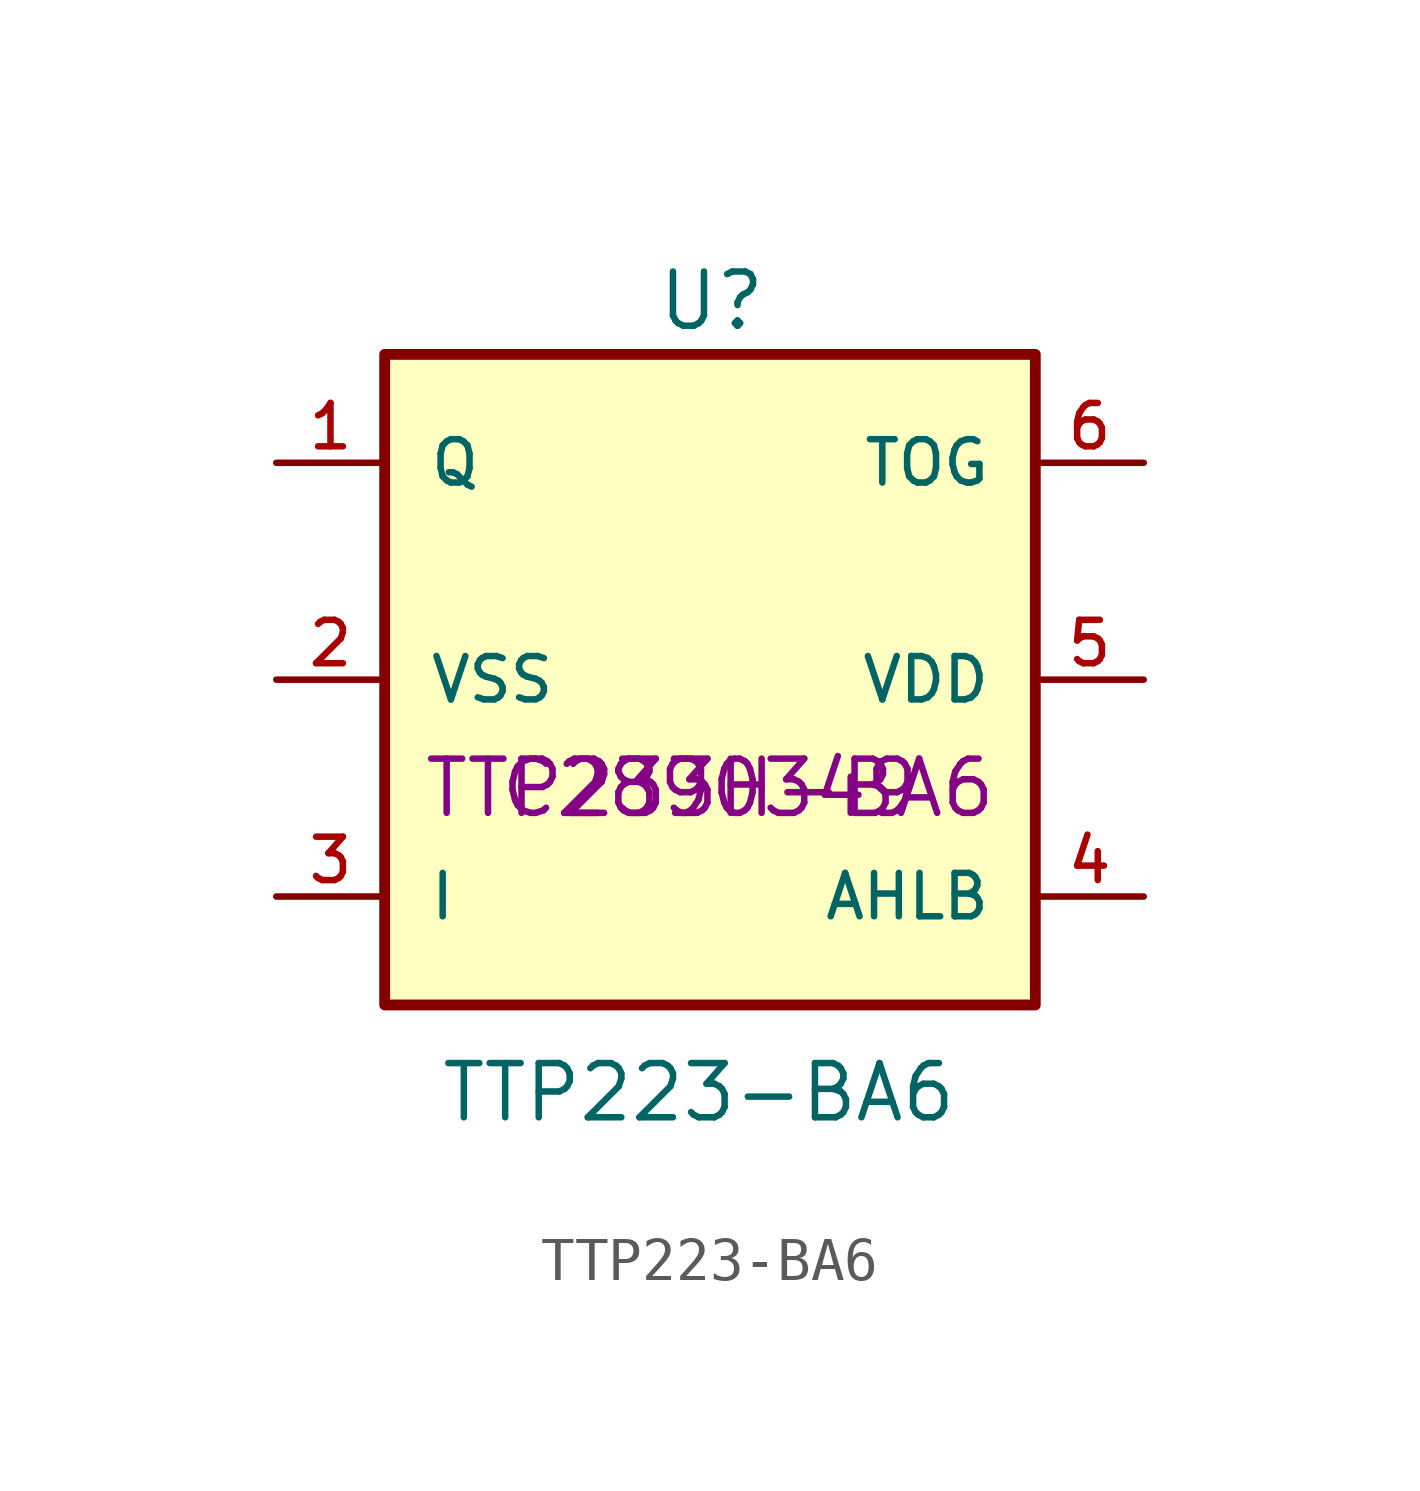
<source format=kicad_sym>
(kicad_symbol_lib
  (version 20231120)
  (generator "kicad_symbol_editor")
  (generator_version "8.0")
  (symbol "TTP223-BA6"
    (pin_names
      (offset 1.016))
    (property "Reference" "U"
      (at -1.27 10.668 0)
      (effects (font (size 1.27 1.27)) (justify left bottom)))
    (property "Value" "TTP223-BA6"
      (at -6.35 -7.874 0)
      (effects (font (size 1.27 1.27)) (justify left bottom)))
    (property "Manufacturer Part" "TTP233H-BA6"
      (at 0 0 0)
      (effects (font (size 1.27 1.27))))
    (property "JLCPCB" "C2890349"
      (at 0 0 0)
      (effects (font (size 1.27 1.27))))
    (symbol "TTP223-BA6_0_0"
      (rectangle (start -7.62 -5.08) (end 7.62 10.16) (stroke (width 0.254) (type default)) (fill (type background)))
      (pin unspecified line (at -10.16 7.62 0) (length 2.54) (name "Q" (effects (font (size 1.016 1.016)))) (number "1" (effects (font (size 1.016 1.016)))))
      (pin unspecified line (at -10.16 2.54 0) (length 2.54) (name "VSS" (effects (font (size 1.016 1.016)))) (number "2" (effects (font (size 1.016 1.016)))))
      (pin unspecified line (at -10.16 -2.54 0) (length 2.54) (name "I" (effects (font (size 1.016 1.016)))) (number "3" (effects (font (size 1.016 1.016)))))
      (pin unspecified line (at 10.16 -2.54 180) (length 2.54) (name "AHLB" (effects (font (size 1.016 1.016)))) (number "4" (effects (font (size 1.016 1.016)))))
      (pin unspecified line (at 10.16 2.54 180) (length 2.54) (name "VDD" (effects (font (size 1.016 1.016)))) (number "5" (effects (font (size 1.016 1.016)))))
      (pin unspecified line (at 10.16 7.62 180) (length 2.54) (name "TOG" (effects (font (size 1.016 1.016)))) (number "6" (effects (font (size 1.016 1.016))))))))
</source>
